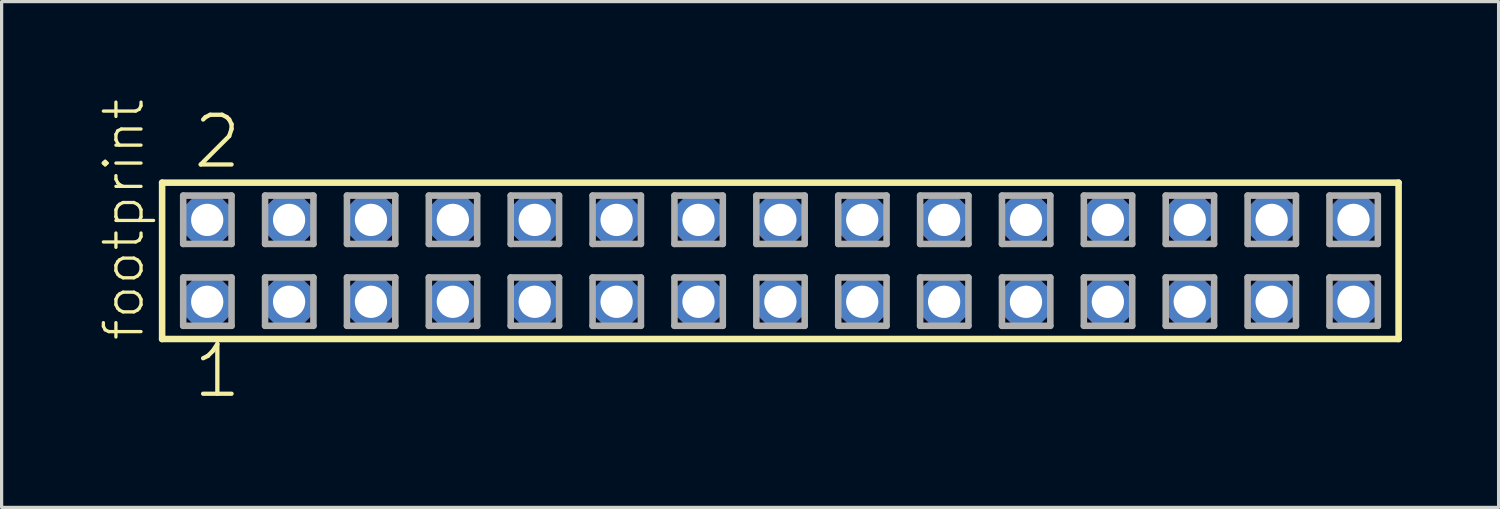
<source format=kicad_pcb>
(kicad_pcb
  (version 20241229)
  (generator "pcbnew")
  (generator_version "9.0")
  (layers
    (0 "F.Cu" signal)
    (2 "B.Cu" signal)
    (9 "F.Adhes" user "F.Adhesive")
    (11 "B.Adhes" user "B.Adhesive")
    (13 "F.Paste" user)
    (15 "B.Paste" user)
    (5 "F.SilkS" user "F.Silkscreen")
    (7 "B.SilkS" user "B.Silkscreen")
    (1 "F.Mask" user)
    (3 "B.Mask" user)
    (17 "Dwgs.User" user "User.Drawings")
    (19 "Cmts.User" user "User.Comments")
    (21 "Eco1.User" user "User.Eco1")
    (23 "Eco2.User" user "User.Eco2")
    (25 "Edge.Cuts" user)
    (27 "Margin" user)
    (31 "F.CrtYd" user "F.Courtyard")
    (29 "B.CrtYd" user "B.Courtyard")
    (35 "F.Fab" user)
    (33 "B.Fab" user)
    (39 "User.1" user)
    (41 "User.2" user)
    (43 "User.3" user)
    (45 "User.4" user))
  (footprint "footprint"
    (layer "F.Cu")
    (at 21.158 5.042)
    (property "Reference" "footprint" (at -19.685 2.54 90) (layer "F.SilkS") (effects (font (size 1.168 1.168) (thickness 0.102)) (justify left bottom)))
    (fp_line (start -19.179 -2.425) (end 19.179 -2.425) (stroke (width 0.203) (type solid)) (layer "F.SilkS"))
    (fp_line (start -19.179 2.425) (end -19.179 -2.425) (stroke (width 0.203) (type solid)) (layer "F.SilkS"))
    (fp_line (start 19.179 -2.425) (end 19.179 2.425) (stroke (width 0.203) (type solid)) (layer "F.SilkS"))
    (fp_line (start 19.179 2.425) (end -19.179 2.425) (stroke (width 0.203) (type solid)) (layer "F.SilkS"))
    (fp_line (start -18.525 -2.025) (end -17.025 -2.025) (stroke (width 0.203) (type solid)) (layer "F.Fab"))
    (fp_line (start -18.525 -0.525) (end -18.525 -2.025) (stroke (width 0.203) (type solid)) (layer "F.Fab"))
    (fp_line (start -18.525 0.515) (end -17.025 0.515) (stroke (width 0.203) (type solid)) (layer "F.Fab"))
    (fp_line (start -18.525 2.015) (end -18.525 0.515) (stroke (width 0.203) (type solid)) (layer "F.Fab"))
    (fp_line (start -17.025 -2.025) (end -17.025 -0.525) (stroke (width 0.203) (type solid)) (layer "F.Fab"))
    (fp_line (start -17.025 -0.525) (end -18.525 -0.525) (stroke (width 0.203) (type solid)) (layer "F.Fab"))
    (fp_line (start -17.025 0.515) (end -17.025 2.015) (stroke (width 0.203) (type solid)) (layer "F.Fab"))
    (fp_line (start -17.025 2.015) (end -18.525 2.015) (stroke (width 0.203) (type solid)) (layer "F.Fab"))
    (fp_line (start -15.985 -2.025) (end -14.485 -2.025) (stroke (width 0.203) (type solid)) (layer "F.Fab"))
    (fp_line (start -15.985 -0.525) (end -15.985 -2.025) (stroke (width 0.203) (type solid)) (layer "F.Fab"))
    (fp_line (start -15.985 0.515) (end -14.485 0.515) (stroke (width 0.203) (type solid)) (layer "F.Fab"))
    (fp_line (start -15.985 2.015) (end -15.985 0.515) (stroke (width 0.203) (type solid)) (layer "F.Fab"))
    (fp_line (start -14.485 -2.025) (end -14.485 -0.525) (stroke (width 0.203) (type solid)) (layer "F.Fab"))
    (fp_line (start -14.485 -0.525) (end -15.985 -0.525) (stroke (width 0.203) (type solid)) (layer "F.Fab"))
    (fp_line (start -14.485 0.515) (end -14.485 2.015) (stroke (width 0.203) (type solid)) (layer "F.Fab"))
    (fp_line (start -14.485 2.015) (end -15.985 2.015) (stroke (width 0.203) (type solid)) (layer "F.Fab"))
    (fp_line (start -13.445 -2.025) (end -11.945 -2.025) (stroke (width 0.203) (type solid)) (layer "F.Fab"))
    (fp_line (start -13.445 -0.525) (end -13.445 -2.025) (stroke (width 0.203) (type solid)) (layer "F.Fab"))
    (fp_line (start -13.445 0.515) (end -11.945 0.515) (stroke (width 0.203) (type solid)) (layer "F.Fab"))
    (fp_line (start -13.445 2.015) (end -13.445 0.515) (stroke (width 0.203) (type solid)) (layer "F.Fab"))
    (fp_line (start -11.945 -2.025) (end -11.945 -0.525) (stroke (width 0.203) (type solid)) (layer "F.Fab"))
    (fp_line (start -11.945 -0.525) (end -13.445 -0.525) (stroke (width 0.203) (type solid)) (layer "F.Fab"))
    (fp_line (start -11.945 0.515) (end -11.945 2.015) (stroke (width 0.203) (type solid)) (layer "F.Fab"))
    (fp_line (start -11.945 2.015) (end -13.445 2.015) (stroke (width 0.203) (type solid)) (layer "F.Fab"))
    (fp_line (start -10.905 -2.025) (end -9.405 -2.025) (stroke (width 0.203) (type solid)) (layer "F.Fab"))
    (fp_line (start -10.905 -0.525) (end -10.905 -2.025) (stroke (width 0.203) (type solid)) (layer "F.Fab"))
    (fp_line (start -10.905 0.515) (end -9.405 0.515) (stroke (width 0.203) (type solid)) (layer "F.Fab"))
    (fp_line (start -10.905 2.015) (end -10.905 0.515) (stroke (width 0.203) (type solid)) (layer "F.Fab"))
    (fp_line (start -9.405 -2.025) (end -9.405 -0.525) (stroke (width 0.203) (type solid)) (layer "F.Fab"))
    (fp_line (start -9.405 -0.525) (end -10.905 -0.525) (stroke (width 0.203) (type solid)) (layer "F.Fab"))
    (fp_line (start -9.405 0.515) (end -9.405 2.015) (stroke (width 0.203) (type solid)) (layer "F.Fab"))
    (fp_line (start -9.405 2.015) (end -10.905 2.015) (stroke (width 0.203) (type solid)) (layer "F.Fab"))
    (fp_line (start -8.365 -2.025) (end -6.865 -2.025) (stroke (width 0.203) (type solid)) (layer "F.Fab"))
    (fp_line (start -8.365 -0.525) (end -8.365 -2.025) (stroke (width 0.203) (type solid)) (layer "F.Fab"))
    (fp_line (start -8.365 0.515) (end -6.865 0.515) (stroke (width 0.203) (type solid)) (layer "F.Fab"))
    (fp_line (start -8.365 2.015) (end -8.365 0.515) (stroke (width 0.203) (type solid)) (layer "F.Fab"))
    (fp_line (start -6.865 -2.025) (end -6.865 -0.525) (stroke (width 0.203) (type solid)) (layer "F.Fab"))
    (fp_line (start -6.865 -0.525) (end -8.365 -0.525) (stroke (width 0.203) (type solid)) (layer "F.Fab"))
    (fp_line (start -6.865 0.515) (end -6.865 2.015) (stroke (width 0.203) (type solid)) (layer "F.Fab"))
    (fp_line (start -6.865 2.015) (end -8.365 2.015) (stroke (width 0.203) (type solid)) (layer "F.Fab"))
    (fp_line (start -5.825 -2.025) (end -4.325 -2.025) (stroke (width 0.203) (type solid)) (layer "F.Fab"))
    (fp_line (start -5.825 -0.525) (end -5.825 -2.025) (stroke (width 0.203) (type solid)) (layer "F.Fab"))
    (fp_line (start -5.825 0.515) (end -4.325 0.515) (stroke (width 0.203) (type solid)) (layer "F.Fab"))
    (fp_line (start -5.825 2.015) (end -5.825 0.515) (stroke (width 0.203) (type solid)) (layer "F.Fab"))
    (fp_line (start -4.325 -2.025) (end -4.325 -0.525) (stroke (width 0.203) (type solid)) (layer "F.Fab"))
    (fp_line (start -4.325 -0.525) (end -5.825 -0.525) (stroke (width 0.203) (type solid)) (layer "F.Fab"))
    (fp_line (start -4.325 0.515) (end -4.325 2.015) (stroke (width 0.203) (type solid)) (layer "F.Fab"))
    (fp_line (start -4.325 2.015) (end -5.825 2.015) (stroke (width 0.203) (type solid)) (layer "F.Fab"))
    (fp_line (start -3.285 -2.025) (end -1.785 -2.025) (stroke (width 0.203) (type solid)) (layer "F.Fab"))
    (fp_line (start -3.285 -0.525) (end -3.285 -2.025) (stroke (width 0.203) (type solid)) (layer "F.Fab"))
    (fp_line (start -3.285 0.515) (end -1.785 0.515) (stroke (width 0.203) (type solid)) (layer "F.Fab"))
    (fp_line (start -3.285 2.015) (end -3.285 0.515) (stroke (width 0.203) (type solid)) (layer "F.Fab"))
    (fp_line (start -1.785 -2.025) (end -1.785 -0.525) (stroke (width 0.203) (type solid)) (layer "F.Fab"))
    (fp_line (start -1.785 -0.525) (end -3.285 -0.525) (stroke (width 0.203) (type solid)) (layer "F.Fab"))
    (fp_line (start -1.785 0.515) (end -1.785 2.015) (stroke (width 0.203) (type solid)) (layer "F.Fab"))
    (fp_line (start -1.785 2.015) (end -3.285 2.015) (stroke (width 0.203) (type solid)) (layer "F.Fab"))
    (fp_line (start -0.745 -2.025) (end 0.755 -2.025) (stroke (width 0.203) (type solid)) (layer "F.Fab"))
    (fp_line (start -0.745 -0.525) (end -0.745 -2.025) (stroke (width 0.203) (type solid)) (layer "F.Fab"))
    (fp_line (start -0.745 0.515) (end 0.755 0.515) (stroke (width 0.203) (type solid)) (layer "F.Fab"))
    (fp_line (start -0.745 2.015) (end -0.745 0.515) (stroke (width 0.203) (type solid)) (layer "F.Fab"))
    (fp_line (start 0.755 -2.025) (end 0.755 -0.525) (stroke (width 0.203) (type solid)) (layer "F.Fab"))
    (fp_line (start 0.755 -0.525) (end -0.745 -0.525) (stroke (width 0.203) (type solid)) (layer "F.Fab"))
    (fp_line (start 0.755 0.515) (end 0.755 2.015) (stroke (width 0.203) (type solid)) (layer "F.Fab"))
    (fp_line (start 0.755 2.015) (end -0.745 2.015) (stroke (width 0.203) (type solid)) (layer "F.Fab"))
    (fp_line (start 1.795 -2.025) (end 3.295 -2.025) (stroke (width 0.203) (type solid)) (layer "F.Fab"))
    (fp_line (start 1.795 -0.525) (end 1.795 -2.025) (stroke (width 0.203) (type solid)) (layer "F.Fab"))
    (fp_line (start 1.795 0.515) (end 3.295 0.515) (stroke (width 0.203) (type solid)) (layer "F.Fab"))
    (fp_line (start 1.795 2.015) (end 1.795 0.515) (stroke (width 0.203) (type solid)) (layer "F.Fab"))
    (fp_line (start 3.295 -2.025) (end 3.295 -0.525) (stroke (width 0.203) (type solid)) (layer "F.Fab"))
    (fp_line (start 3.295 -0.525) (end 1.795 -0.525) (stroke (width 0.203) (type solid)) (layer "F.Fab"))
    (fp_line (start 3.295 0.515) (end 3.295 2.015) (stroke (width 0.203) (type solid)) (layer "F.Fab"))
    (fp_line (start 3.295 2.015) (end 1.795 2.015) (stroke (width 0.203) (type solid)) (layer "F.Fab"))
    (fp_line (start 4.335 -2.025) (end 5.835 -2.025) (stroke (width 0.203) (type solid)) (layer "F.Fab"))
    (fp_line (start 4.335 -0.525) (end 4.335 -2.025) (stroke (width 0.203) (type solid)) (layer "F.Fab"))
    (fp_line (start 4.335 0.515) (end 5.835 0.515) (stroke (width 0.203) (type solid)) (layer "F.Fab"))
    (fp_line (start 4.335 2.015) (end 4.335 0.515) (stroke (width 0.203) (type solid)) (layer "F.Fab"))
    (fp_line (start 5.835 -2.025) (end 5.835 -0.525) (stroke (width 0.203) (type solid)) (layer "F.Fab"))
    (fp_line (start 5.835 -0.525) (end 4.335 -0.525) (stroke (width 0.203) (type solid)) (layer "F.Fab"))
    (fp_line (start 5.835 0.515) (end 5.835 2.015) (stroke (width 0.203) (type solid)) (layer "F.Fab"))
    (fp_line (start 5.835 2.015) (end 4.335 2.015) (stroke (width 0.203) (type solid)) (layer "F.Fab"))
    (fp_line (start 6.875 -2.025) (end 8.375 -2.025) (stroke (width 0.203) (type solid)) (layer "F.Fab"))
    (fp_line (start 6.875 -0.525) (end 6.875 -2.025) (stroke (width 0.203) (type solid)) (layer "F.Fab"))
    (fp_line (start 6.875 0.515) (end 8.375 0.515) (stroke (width 0.203) (type solid)) (layer "F.Fab"))
    (fp_line (start 6.875 2.015) (end 6.875 0.515) (stroke (width 0.203) (type solid)) (layer "F.Fab"))
    (fp_line (start 8.375 -2.025) (end 8.375 -0.525) (stroke (width 0.203) (type solid)) (layer "F.Fab"))
    (fp_line (start 8.375 -0.525) (end 6.875 -0.525) (stroke (width 0.203) (type solid)) (layer "F.Fab"))
    (fp_line (start 8.375 0.515) (end 8.375 2.015) (stroke (width 0.203) (type solid)) (layer "F.Fab"))
    (fp_line (start 8.375 2.015) (end 6.875 2.015) (stroke (width 0.203) (type solid)) (layer "F.Fab"))
    (fp_line (start 9.415 -2.025) (end 10.915 -2.025) (stroke (width 0.203) (type solid)) (layer "F.Fab"))
    (fp_line (start 9.415 -0.525) (end 9.415 -2.025) (stroke (width 0.203) (type solid)) (layer "F.Fab"))
    (fp_line (start 9.415 0.515) (end 10.915 0.515) (stroke (width 0.203) (type solid)) (layer "F.Fab"))
    (fp_line (start 9.415 2.015) (end 9.415 0.515) (stroke (width 0.203) (type solid)) (layer "F.Fab"))
    (fp_line (start 10.915 -2.025) (end 10.915 -0.525) (stroke (width 0.203) (type solid)) (layer "F.Fab"))
    (fp_line (start 10.915 -0.525) (end 9.415 -0.525) (stroke (width 0.203) (type solid)) (layer "F.Fab"))
    (fp_line (start 10.915 0.515) (end 10.915 2.015) (stroke (width 0.203) (type solid)) (layer "F.Fab"))
    (fp_line (start 10.915 2.015) (end 9.415 2.015) (stroke (width 0.203) (type solid)) (layer "F.Fab"))
    (fp_line (start 11.955 -2.025) (end 13.455 -2.025) (stroke (width 0.203) (type solid)) (layer "F.Fab"))
    (fp_line (start 11.955 -0.525) (end 11.955 -2.025) (stroke (width 0.203) (type solid)) (layer "F.Fab"))
    (fp_line (start 11.955 0.515) (end 13.455 0.515) (stroke (width 0.203) (type solid)) (layer "F.Fab"))
    (fp_line (start 11.955 2.015) (end 11.955 0.515) (stroke (width 0.203) (type solid)) (layer "F.Fab"))
    (fp_line (start 13.455 -2.025) (end 13.455 -0.525) (stroke (width 0.203) (type solid)) (layer "F.Fab"))
    (fp_line (start 13.455 -0.525) (end 11.955 -0.525) (stroke (width 0.203) (type solid)) (layer "F.Fab"))
    (fp_line (start 13.455 0.515) (end 13.455 2.015) (stroke (width 0.203) (type solid)) (layer "F.Fab"))
    (fp_line (start 13.455 2.015) (end 11.955 2.015) (stroke (width 0.203) (type solid)) (layer "F.Fab"))
    (fp_line (start 14.495 -2.025) (end 15.995 -2.025) (stroke (width 0.203) (type solid)) (layer "F.Fab"))
    (fp_line (start 14.495 -0.525) (end 14.495 -2.025) (stroke (width 0.203) (type solid)) (layer "F.Fab"))
    (fp_line (start 14.495 0.515) (end 15.995 0.515) (stroke (width 0.203) (type solid)) (layer "F.Fab"))
    (fp_line (start 14.495 2.015) (end 14.495 0.515) (stroke (width 0.203) (type solid)) (layer "F.Fab"))
    (fp_line (start 15.995 -2.025) (end 15.995 -0.525) (stroke (width 0.203) (type solid)) (layer "F.Fab"))
    (fp_line (start 15.995 -0.525) (end 14.495 -0.525) (stroke (width 0.203) (type solid)) (layer "F.Fab"))
    (fp_line (start 15.995 0.515) (end 15.995 2.015) (stroke (width 0.203) (type solid)) (layer "F.Fab"))
    (fp_line (start 15.995 2.015) (end 14.495 2.015) (stroke (width 0.203) (type solid)) (layer "F.Fab"))
    (fp_line (start 17.035 -2.025) (end 18.535 -2.025) (stroke (width 0.203) (type solid)) (layer "F.Fab"))
    (fp_line (start 17.035 -0.525) (end 17.035 -2.025) (stroke (width 0.203) (type solid)) (layer "F.Fab"))
    (fp_line (start 17.035 0.515) (end 18.535 0.515) (stroke (width 0.203) (type solid)) (layer "F.Fab"))
    (fp_line (start 17.035 2.015) (end 17.035 0.515) (stroke (width 0.203) (type solid)) (layer "F.Fab"))
    (fp_line (start 18.535 -2.025) (end 18.535 -0.525) (stroke (width 0.203) (type solid)) (layer "F.Fab"))
    (fp_line (start 18.535 -0.525) (end 17.035 -0.525) (stroke (width 0.203) (type solid)) (layer "F.Fab"))
    (fp_line (start 18.535 0.515) (end 18.535 2.015) (stroke (width 0.203) (type solid)) (layer "F.Fab"))
    (fp_line (start 18.535 2.015) (end 17.035 2.015) (stroke (width 0.203) (type solid)) (layer "F.Fab"))
    (fp_text user "2" (at -18.288 -2.794 0) (layer "F.SilkS") (effects (font (size 1.542 1.542) (thickness 0.134)) (justify left bottom)))
    (fp_text user "1" (at -18.288 4.318 0) (layer "F.SilkS") (effects (font (size 1.542 1.542) (thickness 0.134)) (justify left bottom)))
    (pad "1" thru_hole roundrect (at -17.78 1.27) (size 1.5 1.5) (drill 1) (layers "*.Cu" "*.Mask") (roundrect_rratio 0.25) (chamfer_ratio 0.25) (chamfer top_left top_right bottom_left bottom_right))
    (pad "2" thru_hole roundrect (at -17.78 -1.27) (size 1.5 1.5) (drill 1) (layers "*.Cu" "*.Mask") (roundrect_rratio 0.25) (chamfer_ratio 0.25) (chamfer top_left top_right bottom_left bottom_right))
    (pad "3" thru_hole roundrect (at -15.24 1.27) (size 1.5 1.5) (drill 1) (layers "*.Cu" "*.Mask") (roundrect_rratio 0.25) (chamfer_ratio 0.25) (chamfer top_left top_right bottom_left bottom_right))
    (pad "4" thru_hole roundrect (at -15.24 -1.27) (size 1.5 1.5) (drill 1) (layers "*.Cu" "*.Mask") (roundrect_rratio 0.25) (chamfer_ratio 0.25) (chamfer top_left top_right bottom_left bottom_right))
    (pad "5" thru_hole roundrect (at -12.7 1.27) (size 1.5 1.5) (drill 1) (layers "*.Cu" "*.Mask") (roundrect_rratio 0.25) (chamfer_ratio 0.25) (chamfer top_left top_right bottom_left bottom_right))
    (pad "6" thru_hole roundrect (at -12.7 -1.27) (size 1.5 1.5) (drill 1) (layers "*.Cu" "*.Mask") (roundrect_rratio 0.25) (chamfer_ratio 0.25) (chamfer top_left top_right bottom_left bottom_right))
    (pad "7" thru_hole roundrect (at -10.16 1.27) (size 1.5 1.5) (drill 1) (layers "*.Cu" "*.Mask") (roundrect_rratio 0.25) (chamfer_ratio 0.25) (chamfer top_left top_right bottom_left bottom_right))
    (pad "8" thru_hole roundrect (at -10.16 -1.27) (size 1.5 1.5) (drill 1) (layers "*.Cu" "*.Mask") (roundrect_rratio 0.25) (chamfer_ratio 0.25) (chamfer top_left top_right bottom_left bottom_right))
    (pad "9" thru_hole roundrect (at -7.62 1.27) (size 1.5 1.5) (drill 1) (layers "*.Cu" "*.Mask") (roundrect_rratio 0.25) (chamfer_ratio 0.25) (chamfer top_left top_right bottom_left bottom_right))
    (pad "10" thru_hole roundrect (at -7.62 -1.27) (size 1.5 1.5) (drill 1) (layers "*.Cu" "*.Mask") (roundrect_rratio 0.25) (chamfer_ratio 0.25) (chamfer top_left top_right bottom_left bottom_right))
    (pad "11" thru_hole roundrect (at -5.08 1.27) (size 1.5 1.5) (drill 1) (layers "*.Cu" "*.Mask") (roundrect_rratio 0.25) (chamfer_ratio 0.25) (chamfer top_left top_right bottom_left bottom_right))
    (pad "12" thru_hole roundrect (at -5.08 -1.27) (size 1.5 1.5) (drill 1) (layers "*.Cu" "*.Mask") (roundrect_rratio 0.25) (chamfer_ratio 0.25) (chamfer top_left top_right bottom_left bottom_right))
    (pad "13" thru_hole roundrect (at -2.54 1.27) (size 1.5 1.5) (drill 1) (layers "*.Cu" "*.Mask") (roundrect_rratio 0.25) (chamfer_ratio 0.25) (chamfer top_left top_right bottom_left bottom_right))
    (pad "14" thru_hole roundrect (at -2.54 -1.27) (size 1.5 1.5) (drill 1) (layers "*.Cu" "*.Mask") (roundrect_rratio 0.25) (chamfer_ratio 0.25) (chamfer top_left top_right bottom_left bottom_right))
    (pad "15" thru_hole roundrect (at 0 1.27) (size 1.5 1.5) (drill 1) (layers "*.Cu" "*.Mask") (roundrect_rratio 0.25) (chamfer_ratio 0.25) (chamfer top_left top_right bottom_left bottom_right))
    (pad "16" thru_hole roundrect (at 0 -1.27) (size 1.5 1.5) (drill 1) (layers "*.Cu" "*.Mask") (roundrect_rratio 0.25) (chamfer_ratio 0.25) (chamfer top_left top_right bottom_left bottom_right))
    (pad "17" thru_hole roundrect (at 2.54 1.27) (size 1.5 1.5) (drill 1) (layers "*.Cu" "*.Mask") (roundrect_rratio 0.25) (chamfer_ratio 0.25) (chamfer top_left top_right bottom_left bottom_right))
    (pad "18" thru_hole roundrect (at 2.54 -1.27) (size 1.5 1.5) (drill 1) (layers "*.Cu" "*.Mask") (roundrect_rratio 0.25) (chamfer_ratio 0.25) (chamfer top_left top_right bottom_left bottom_right))
    (pad "19" thru_hole roundrect (at 5.08 1.27) (size 1.5 1.5) (drill 1) (layers "*.Cu" "*.Mask") (roundrect_rratio 0.25) (chamfer_ratio 0.25) (chamfer top_left top_right bottom_left bottom_right))
    (pad "20" thru_hole roundrect (at 5.08 -1.27) (size 1.5 1.5) (drill 1) (layers "*.Cu" "*.Mask") (roundrect_rratio 0.25) (chamfer_ratio 0.25) (chamfer top_left top_right bottom_left bottom_right))
    (pad "21" thru_hole roundrect (at 7.62 1.27) (size 1.5 1.5) (drill 1) (layers "*.Cu" "*.Mask") (roundrect_rratio 0.25) (chamfer_ratio 0.25) (chamfer top_left top_right bottom_left bottom_right))
    (pad "22" thru_hole roundrect (at 7.62 -1.27) (size 1.5 1.5) (drill 1) (layers "*.Cu" "*.Mask") (roundrect_rratio 0.25) (chamfer_ratio 0.25) (chamfer top_left top_right bottom_left bottom_right))
    (pad "23" thru_hole roundrect (at 10.16 1.27) (size 1.5 1.5) (drill 1) (layers "*.Cu" "*.Mask") (roundrect_rratio 0.25) (chamfer_ratio 0.25) (chamfer top_left top_right bottom_left bottom_right))
    (pad "24" thru_hole roundrect (at 10.16 -1.27) (size 1.5 1.5) (drill 1) (layers "*.Cu" "*.Mask") (roundrect_rratio 0.25) (chamfer_ratio 0.25) (chamfer top_left top_right bottom_left bottom_right))
    (pad "25" thru_hole roundrect (at 12.7 1.27) (size 1.5 1.5) (drill 1) (layers "*.Cu" "*.Mask") (roundrect_rratio 0.25) (chamfer_ratio 0.25) (chamfer top_left top_right bottom_left bottom_right))
    (pad "26" thru_hole roundrect (at 12.7 -1.27) (size 1.5 1.5) (drill 1) (layers "*.Cu" "*.Mask") (roundrect_rratio 0.25) (chamfer_ratio 0.25) (chamfer top_left top_right bottom_left bottom_right))
    (pad "27" thru_hole roundrect (at 15.24 1.27) (size 1.5 1.5) (drill 1) (layers "*.Cu" "*.Mask") (roundrect_rratio 0.25) (chamfer_ratio 0.25) (chamfer top_left top_right bottom_left bottom_right))
    (pad "28" thru_hole roundrect (at 15.24 -1.27) (size 1.5 1.5) (drill 1) (layers "*.Cu" "*.Mask") (roundrect_rratio 0.25) (chamfer_ratio 0.25) (chamfer top_left top_right bottom_left bottom_right))
    (pad "29" thru_hole roundrect (at 17.78 1.27) (size 1.5 1.5) (drill 1) (layers "*.Cu" "*.Mask") (roundrect_rratio 0.25) (chamfer_ratio 0.25) (chamfer top_left top_right bottom_left bottom_right))
    (pad "30" thru_hole roundrect (at 17.78 -1.27) (size 1.5 1.5) (drill 1) (layers "*.Cu" "*.Mask") (roundrect_rratio 0.25) (chamfer_ratio 0.25) (chamfer top_left top_right bottom_left bottom_right)))
  (gr_rect
    (start -3 -3)
    (end 43.439 12.691)
    (stroke (width 0.1) (type default))
    (fill no)
    (layer "Edge.Cuts")))
</source>
